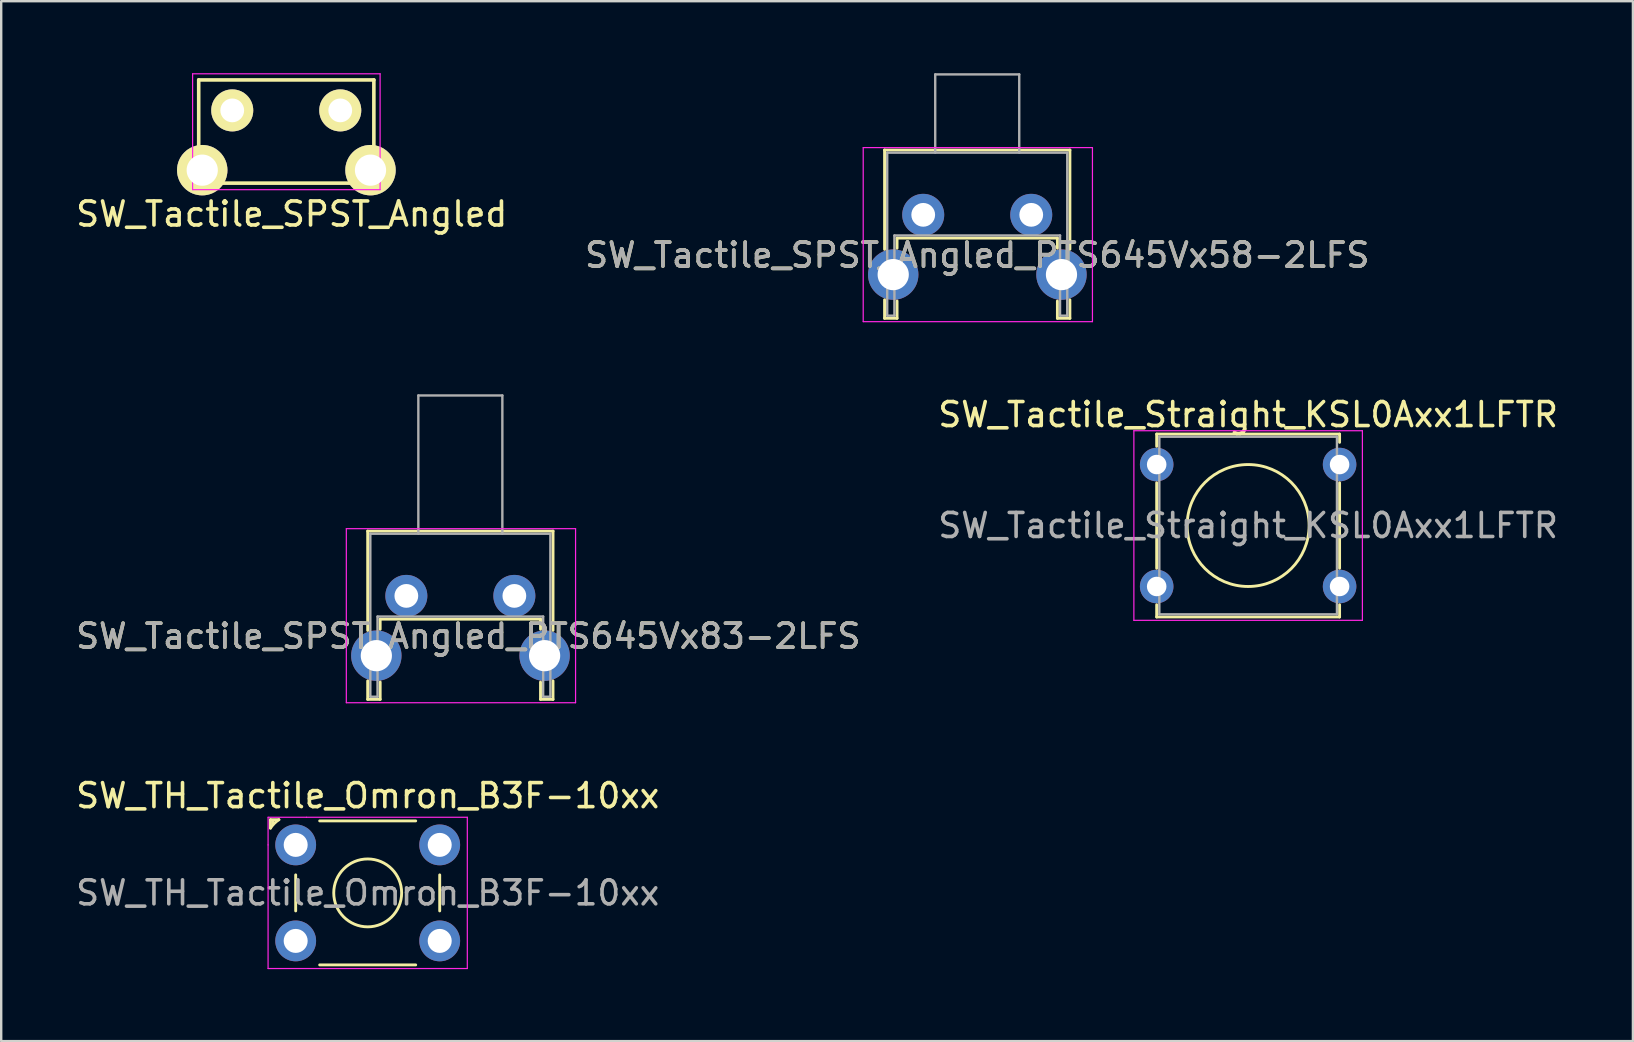
<source format=kicad_pcb>
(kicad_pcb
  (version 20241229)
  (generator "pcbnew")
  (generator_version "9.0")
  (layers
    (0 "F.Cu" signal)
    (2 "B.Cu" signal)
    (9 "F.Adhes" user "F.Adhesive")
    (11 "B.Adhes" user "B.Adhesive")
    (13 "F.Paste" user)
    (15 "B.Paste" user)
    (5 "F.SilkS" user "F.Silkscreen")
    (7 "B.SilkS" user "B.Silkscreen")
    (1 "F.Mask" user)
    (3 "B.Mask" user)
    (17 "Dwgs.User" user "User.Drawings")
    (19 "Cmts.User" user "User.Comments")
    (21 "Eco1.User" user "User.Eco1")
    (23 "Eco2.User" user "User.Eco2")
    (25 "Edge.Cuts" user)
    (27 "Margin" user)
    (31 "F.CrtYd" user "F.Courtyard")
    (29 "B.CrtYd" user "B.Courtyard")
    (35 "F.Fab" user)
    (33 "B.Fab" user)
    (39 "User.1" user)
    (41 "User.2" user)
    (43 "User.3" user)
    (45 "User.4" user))
  (footprint "SW_Tactile_SPST_Angled_PTS645Vx83-2LFS"
    (layer "F.Cu")
    (at 13.878 21.775)
    (property "Reference" "SW_Tactile_SPST_Angled_PTS645Vx83-2LFS" (at 2.58 1.68 0) (layer "F.SilkS") (effects (font (size 1 1) (thickness 0.15))))
    (attr through_hole)
    (fp_line (start -1.61 -2.7) (end -1.61 1.438) (stroke (width 0.12) (type solid)) (layer "F.SilkS"))
    (fp_line (start -1.61 -2.7) (end 6.111 -2.7) (stroke (width 0.12) (type solid)) (layer "F.SilkS"))
    (fp_line (start -1.61 3.54) (end -1.61 4.31) (stroke (width 0.12) (type solid)) (layer "F.SilkS"))
    (fp_line (start -1.61 4.31) (end -1.09 4.31) (stroke (width 0.12) (type solid)) (layer "F.SilkS"))
    (fp_line (start -1.09 3.59) (end -1.09 4.31) (stroke (width 0.12) (type solid)) (layer "F.SilkS"))
    (fp_line (start -1.09 0.97) (end -1.09 1.39) (stroke (width 0.12) (type solid)) (layer "F.SilkS"))
    (fp_line (start -1.09 0.97) (end 5.59 0.97) (stroke (width 0.12) (type solid)) (layer "F.SilkS"))
    (fp_line (start 5.59 0.97) (end 5.59 1.39) (stroke (width 0.12) (type solid)) (layer "F.SilkS"))
    (fp_line (start 5.59 3.59) (end 5.59 4.31) (stroke (width 0.12) (type solid)) (layer "F.SilkS"))
    (fp_line (start 5.59 4.31) (end 6.11 4.31) (stroke (width 0.12) (type solid)) (layer "F.SilkS"))
    (fp_line (start 6.11 3.54) (end 6.11 4.31) (stroke (width 0.12) (type solid)) (layer "F.SilkS"))
    (fp_line (start 6.111 -2.7) (end 6.111 1.435) (stroke (width 0.12) (type solid)) (layer "F.SilkS"))
    (fp_line (start -2.5 -2.8) (end 7.05 -2.8) (stroke (width 0.05) (type solid)) (layer "F.CrtYd"))
    (fp_line (start -2.5 4.45) (end -2.5 -2.8) (stroke (width 0.05) (type solid)) (layer "F.CrtYd"))
    (fp_line (start 7.05 -2.8) (end 7.05 4.45) (stroke (width 0.05) (type solid)) (layer "F.CrtYd"))
    (fp_line (start 7.05 4.45) (end -2.5 4.45) (stroke (width 0.05) (type solid)) (layer "F.CrtYd"))
    (fp_line (start -1.5 -2.59) (end 6 -2.59) (stroke (width 0.1) (type solid)) (layer "F.Fab"))
    (fp_line (start -1.5 4.2) (end -1.5 -2.59) (stroke (width 0.1) (type solid)) (layer "F.Fab"))
    (fp_line (start -1.5 4.2) (end -1.2 4.2) (stroke (width 0.1) (type solid)) (layer "F.Fab"))
    (fp_line (start -1.2 0.86) (end 5.7 0.86) (stroke (width 0.1) (type solid)) (layer "F.Fab"))
    (fp_line (start -1.2 4.2) (end -1.2 0.86) (stroke (width 0.1) (type solid)) (layer "F.Fab"))
    (fp_line (start 0.5 -8.35) (end 0.5 -2.59) (stroke (width 0.1) (type solid)) (layer "F.Fab"))
    (fp_line (start 0.5 -8.35) (end 4 -8.35) (stroke (width 0.1) (type solid)) (layer "F.Fab"))
    (fp_line (start 4 -8.35) (end 4 -2.59) (stroke (width 0.1) (type solid)) (layer "F.Fab"))
    (fp_line (start 5.7 4.2) (end 5.7 0.86) (stroke (width 0.1) (type solid)) (layer "F.Fab"))
    (fp_line (start 5.7 4.2) (end 6 4.2) (stroke (width 0.1) (type solid)) (layer "F.Fab"))
    (fp_line (start 6 4.2) (end 6 -2.59) (stroke (width 0.1) (type solid)) (layer "F.Fab"))
    (fp_text user "${REFERENCE}" (at 2.581 1.68 0) (layer "F.Fab") (effects (font (size 1 1) (thickness 0.15))))
    (pad "" thru_hole circle (at -1.25 2.49) (size 2.1 2.1) (drill 1.3) (layers "*.Cu" "*.Mask"))
    (pad "" thru_hole circle (at 5.76 2.49) (size 2.1 2.1) (drill 1.3) (layers "*.Cu" "*.Mask"))
    (pad "1" thru_hole circle (at 0 0) (size 1.75 1.75) (drill 0.99) (layers "*.Cu" "*.Mask"))
    (pad "2" thru_hole circle (at 4.5 0) (size 1.75 1.75) (drill 0.99) (layers "*.Cu" "*.Mask")))
  (footprint "SW_TH_Tactile_Omron_B3F-10xx"
    (layer "F.Cu")
    (at 9.268 32.148)
    (property "Reference" "SW_TH_Tactile_Omron_B3F-10xx" (at 3 -2.05 0) (layer "F.SilkS") (effects (font (size 1 1) (thickness 0.15))))
    (attr through_hole)
    (fp_line (start -1.05 -1.05) (end -1.05 -0.7) (stroke (width 0.12) (type solid)) (layer "F.SilkS"))
    (fp_line (start -1.05 -1.05) (end -0.7 -1.05) (stroke (width 0.12) (type solid)) (layer "F.SilkS"))
    (fp_line (start -0.95 -1) (end -0.95 -0.9) (stroke (width 0.12) (type solid)) (layer "F.SilkS"))
    (fp_line (start 0 2.75) (end 0 1.25) (stroke (width 0.12) (type solid)) (layer "F.SilkS"))
    (fp_line (start 1 -1) (end 5 -1) (stroke (width 0.12) (type solid)) (layer "F.SilkS"))
    (fp_line (start 1 5) (end 5 5) (stroke (width 0.12) (type solid)) (layer "F.SilkS"))
    (fp_line (start 6 1.25) (end 6 2.75) (stroke (width 0.12) (type solid)) (layer "F.SilkS"))
    (fp_arc (start -1.05 -0.7) (mid -0.892328 -0.892328) (end -0.7 -1.05) (stroke (width 0.12) (type solid)) (layer "F.SilkS"))
    (fp_circle (center 3 2) (end 4 3) (stroke (width 0.12) (type solid)) (fill no) (layer "F.SilkS"))
    (fp_line (start -1.15 -1.15) (end 0.45 -1.15) (stroke (width 0.05) (type solid)) (layer "F.CrtYd"))
    (fp_line (start -1.15 0) (end -1.15 -1.15) (stroke (width 0.05) (type solid)) (layer "F.CrtYd"))
    (fp_line (start -1.15 0) (end -1.15 5.15) (stroke (width 0.05) (type solid)) (layer "F.CrtYd"))
    (fp_line (start -1.15 5.15) (end 7.15 5.15) (stroke (width 0.05) (type solid)) (layer "F.CrtYd"))
    (fp_line (start 7.15 -1.15) (end 0.45 -1.15) (stroke (width 0.05) (type solid)) (layer "F.CrtYd"))
    (fp_line (start 7.15 5.15) (end 7.15 -1.15) (stroke (width 0.05) (type solid)) (layer "F.CrtYd"))
    (fp_text user "${REFERENCE}" (at 3 2 0) (layer "F.Fab") (effects (font (size 1 1) (thickness 0.15))))
    (pad "1" thru_hole circle (at 0 0) (size 1.7 1.7) (drill 1) (layers "*.Cu" "*.Mask"))
    (pad "2" thru_hole circle (at 6 0) (size 1.7 1.7) (drill 1) (layers "*.Cu" "*.Mask"))
    (pad "3" thru_hole circle (at 0 4) (size 1.7 1.7) (drill 1) (layers "*.Cu" "*.Mask"))
    (pad "4" thru_hole circle (at 6 4) (size 1.7 1.7) (drill 1) (layers "*.Cu" "*.Mask")))
  (footprint "SW_Tactile_SPST_Angled"
    (layer "F.Cu")
    (at 6.625 1.549)
    (property "Reference" "SW_Tactile_SPST_Angled" (at 2.477 4.318 0) (layer "F.SilkS") (effects (font (size 1 1) (thickness 0.15))))
    (attr through_hole)
    (fp_line (start -1.397 -1.27) (end -1.397 3.03) (stroke (width 0.15) (type solid)) (layer "F.SilkS"))
    (fp_line (start -1.397 -1.27) (end 5.9 -1.27) (stroke (width 0.15) (type solid)) (layer "F.SilkS"))
    (fp_line (start -1.397 3.03) (end 5.9 3.03) (stroke (width 0.15) (type solid)) (layer "F.SilkS"))
    (fp_line (start 5.9 -1.27) (end 5.9 3.03) (stroke (width 0.15) (type solid)) (layer "F.SilkS"))
    (fp_line (start -1.651 -1.524) (end 6.16 -1.524) (stroke (width 0.05) (type solid)) (layer "F.CrtYd"))
    (fp_line (start -1.651 3.302) (end -1.651 -1.524) (stroke (width 0.05) (type solid)) (layer "F.CrtYd"))
    (fp_line (start 6.16 -1.524) (end 6.16 3.302) (stroke (width 0.05) (type solid)) (layer "F.CrtYd"))
    (fp_line (start 6.16 3.302) (end -1.651 3.302) (stroke (width 0.05) (type solid)) (layer "F.CrtYd"))
    (pad "" np_thru_hole circle (at -1.25 2.49) (size 2.1 2.1) (drill 1.3) (layers "*.Cu" "*.Mask" "F.SilkS"))
    (pad "" np_thru_hole circle (at 5.76 2.49) (size 2.1 2.1) (drill 1.3) (layers "*.Cu" "*.Mask" "F.SilkS"))
    (pad "1" thru_hole circle (at 0 0) (size 1.75 1.75) (drill 0.99) (layers "*.Cu" "*.Mask" "F.SilkS"))
    (pad "2" thru_hole circle (at 4.5 0) (size 1.75 1.75) (drill 0.99) (layers "*.Cu" "*.Mask" "F.SilkS")))
  (footprint "SW_Tactile_Straight_KSL0Axx1LFTR"
    (layer "F.Cu")
    (at 45.137 16.303)
    (property "Reference" "SW_Tactile_Straight_KSL0Axx1LFTR" (at 3.81 -2.08 0) (layer "F.SilkS") (effects (font (size 1 1) (thickness 0.15))))
    (attr through_hole)
    (fp_line (start 0 -1.27) (end 0 -0.76) (stroke (width 0.12) (type solid)) (layer "F.SilkS"))
    (fp_line (start 0 -1.27) (end 7.62 -1.27) (stroke (width 0.12) (type solid)) (layer "F.SilkS"))
    (fp_line (start 0 0.76) (end 0 4.32) (stroke (width 0.12) (type solid)) (layer "F.SilkS"))
    (fp_line (start 0 5.84) (end 0 6.35) (stroke (width 0.12) (type solid)) (layer "F.SilkS"))
    (fp_line (start 7.62 -1.27) (end 7.62 -0.925) (stroke (width 0.12) (type solid)) (layer "F.SilkS"))
    (fp_line (start 7.62 0.76) (end 7.62 4.32) (stroke (width 0.12) (type solid)) (layer "F.SilkS"))
    (fp_line (start 7.62 5.84) (end 7.62 6.35) (stroke (width 0.12) (type solid)) (layer "F.SilkS"))
    (fp_line (start 7.62 6.35) (end 0 6.35) (stroke (width 0.12) (type solid)) (layer "F.SilkS"))
    (fp_circle (center 3.81 2.54) (end 3.81 0) (stroke (width 0.12) (type solid)) (fill no) (layer "F.SilkS"))
    (fp_line (start -0.95 -1.41) (end -0.95 6.49) (stroke (width 0.05) (type solid)) (layer "F.CrtYd"))
    (fp_line (start -0.95 -1.41) (end 8.57 -1.41) (stroke (width 0.05) (type solid)) (layer "F.CrtYd"))
    (fp_line (start 8.57 6.49) (end -0.95 6.49) (stroke (width 0.05) (type solid)) (layer "F.CrtYd"))
    (fp_line (start 8.57 6.49) (end 8.57 -1.41) (stroke (width 0.05) (type solid)) (layer "F.CrtYd"))
    (fp_line (start 0.11 -1.16) (end 7.51 -1.16) (stroke (width 0.1) (type solid)) (layer "F.Fab"))
    (fp_line (start 0.11 6.24) (end 0.11 -1.16) (stroke (width 0.1) (type solid)) (layer "F.Fab"))
    (fp_line (start 7.51 -1.16) (end 7.51 6.24) (stroke (width 0.1) (type solid)) (layer "F.Fab"))
    (fp_line (start 7.51 6.24) (end 0.11 6.24) (stroke (width 0.1) (type solid)) (layer "F.Fab"))
    (fp_text user "${REFERENCE}" (at 3.81 2.54 0) (layer "F.Fab") (effects (font (size 1 1) (thickness 0.15))))
    (pad "1" thru_hole circle (at 0 0) (size 1.397 1.397) (drill 0.813) (layers "*.Cu" "*.Mask"))
    (pad "1" thru_hole circle (at 7.62 0) (size 1.397 1.397) (drill 0.813) (layers "*.Cu" "*.Mask"))
    (pad "2" thru_hole circle (at 0 5.08) (size 1.397 1.397) (drill 0.813) (layers "*.Cu" "*.Mask"))
    (pad "2" thru_hole circle (at 7.62 5.08) (size 1.397 1.397) (drill 0.813) (layers "*.Cu" "*.Mask")))
  (footprint "SW_Tactile_SPST_Angled_PTS645Vx58-2LFS"
    (layer "F.Cu")
    (at 35.411 5.9)
    (property "Reference" "SW_Tactile_SPST_Angled_PTS645Vx58-2LFS" (at 2.25 1.68 0) (layer "F.SilkS") (effects (font (size 1 1) (thickness 0.15))))
    (attr through_hole)
    (fp_line (start -1.61 -2.7) (end -1.61 1.438) (stroke (width 0.12) (type solid)) (layer "F.SilkS"))
    (fp_line (start -1.61 -2.7) (end 6.111 -2.7) (stroke (width 0.12) (type solid)) (layer "F.SilkS"))
    (fp_line (start -1.61 3.54) (end -1.61 4.31) (stroke (width 0.12) (type solid)) (layer "F.SilkS"))
    (fp_line (start -1.61 4.31) (end -1.09 4.31) (stroke (width 0.12) (type solid)) (layer "F.SilkS"))
    (fp_line (start -1.09 3.59) (end -1.09 4.31) (stroke (width 0.12) (type solid)) (layer "F.SilkS"))
    (fp_line (start -1.09 0.97) (end -1.09 1.39) (stroke (width 0.12) (type solid)) (layer "F.SilkS"))
    (fp_line (start -1.09 0.97) (end 5.59 0.97) (stroke (width 0.12) (type solid)) (layer "F.SilkS"))
    (fp_line (start 5.59 0.97) (end 5.59 1.39) (stroke (width 0.12) (type solid)) (layer "F.SilkS"))
    (fp_line (start 5.59 3.59) (end 5.59 4.31) (stroke (width 0.12) (type solid)) (layer "F.SilkS"))
    (fp_line (start 5.59 4.31) (end 6.11 4.31) (stroke (width 0.12) (type solid)) (layer "F.SilkS"))
    (fp_line (start 6.11 3.54) (end 6.11 4.31) (stroke (width 0.12) (type solid)) (layer "F.SilkS"))
    (fp_line (start 6.111 -2.7) (end 6.111 1.435) (stroke (width 0.12) (type solid)) (layer "F.SilkS"))
    (fp_line (start -2.5 -2.8) (end 7.05 -2.8) (stroke (width 0.05) (type solid)) (layer "F.CrtYd"))
    (fp_line (start -2.5 4.45) (end -2.5 -2.8) (stroke (width 0.05) (type solid)) (layer "F.CrtYd"))
    (fp_line (start 7.05 -2.8) (end 7.05 4.45) (stroke (width 0.05) (type solid)) (layer "F.CrtYd"))
    (fp_line (start 7.05 4.45) (end -2.5 4.45) (stroke (width 0.05) (type solid)) (layer "F.CrtYd"))
    (fp_line (start -1.5 -2.59) (end 6 -2.59) (stroke (width 0.1) (type solid)) (layer "F.Fab"))
    (fp_line (start -1.5 4.2) (end -1.5 -2.59) (stroke (width 0.1) (type solid)) (layer "F.Fab"))
    (fp_line (start -1.5 4.2) (end -1.2 4.2) (stroke (width 0.1) (type solid)) (layer "F.Fab"))
    (fp_line (start -1.2 0.86) (end 5.7 0.86) (stroke (width 0.1) (type solid)) (layer "F.Fab"))
    (fp_line (start -1.2 4.2) (end -1.2 0.86) (stroke (width 0.1) (type solid)) (layer "F.Fab"))
    (fp_line (start 0.5 -5.85) (end 0.5 -2.59) (stroke (width 0.1) (type solid)) (layer "F.Fab"))
    (fp_line (start 0.5 -5.85) (end 4 -5.85) (stroke (width 0.1) (type solid)) (layer "F.Fab"))
    (fp_line (start 4 -5.85) (end 4 -2.59) (stroke (width 0.1) (type solid)) (layer "F.Fab"))
    (fp_line (start 5.7 4.2) (end 5.7 0.86) (stroke (width 0.1) (type solid)) (layer "F.Fab"))
    (fp_line (start 5.7 4.2) (end 6 4.2) (stroke (width 0.1) (type solid)) (layer "F.Fab"))
    (fp_line (start 6 4.2) (end 6 -2.59) (stroke (width 0.1) (type solid)) (layer "F.Fab"))
    (fp_text user "${REFERENCE}" (at 2.25 1.68 0) (layer "F.Fab") (effects (font (size 1 1) (thickness 0.15))))
    (pad "" thru_hole circle (at -1.25 2.49) (size 2.1 2.1) (drill 1.3) (layers "*.Cu" "*.Mask"))
    (pad "" thru_hole circle (at 5.76 2.49) (size 2.1 2.1) (drill 1.3) (layers "*.Cu" "*.Mask"))
    (pad "1" thru_hole circle (at 0 0) (size 1.75 1.75) (drill 0.99) (layers "*.Cu" "*.Mask"))
    (pad "2" thru_hole circle (at 4.5 0) (size 1.75 1.75) (drill 0.99) (layers "*.Cu" "*.Mask")))
  (gr_rect
    (start -3 -3)
    (end 64.977 40.323)
    (stroke (width 0.1) (type default))
    (fill no)
    (layer "Edge.Cuts")))
</source>
